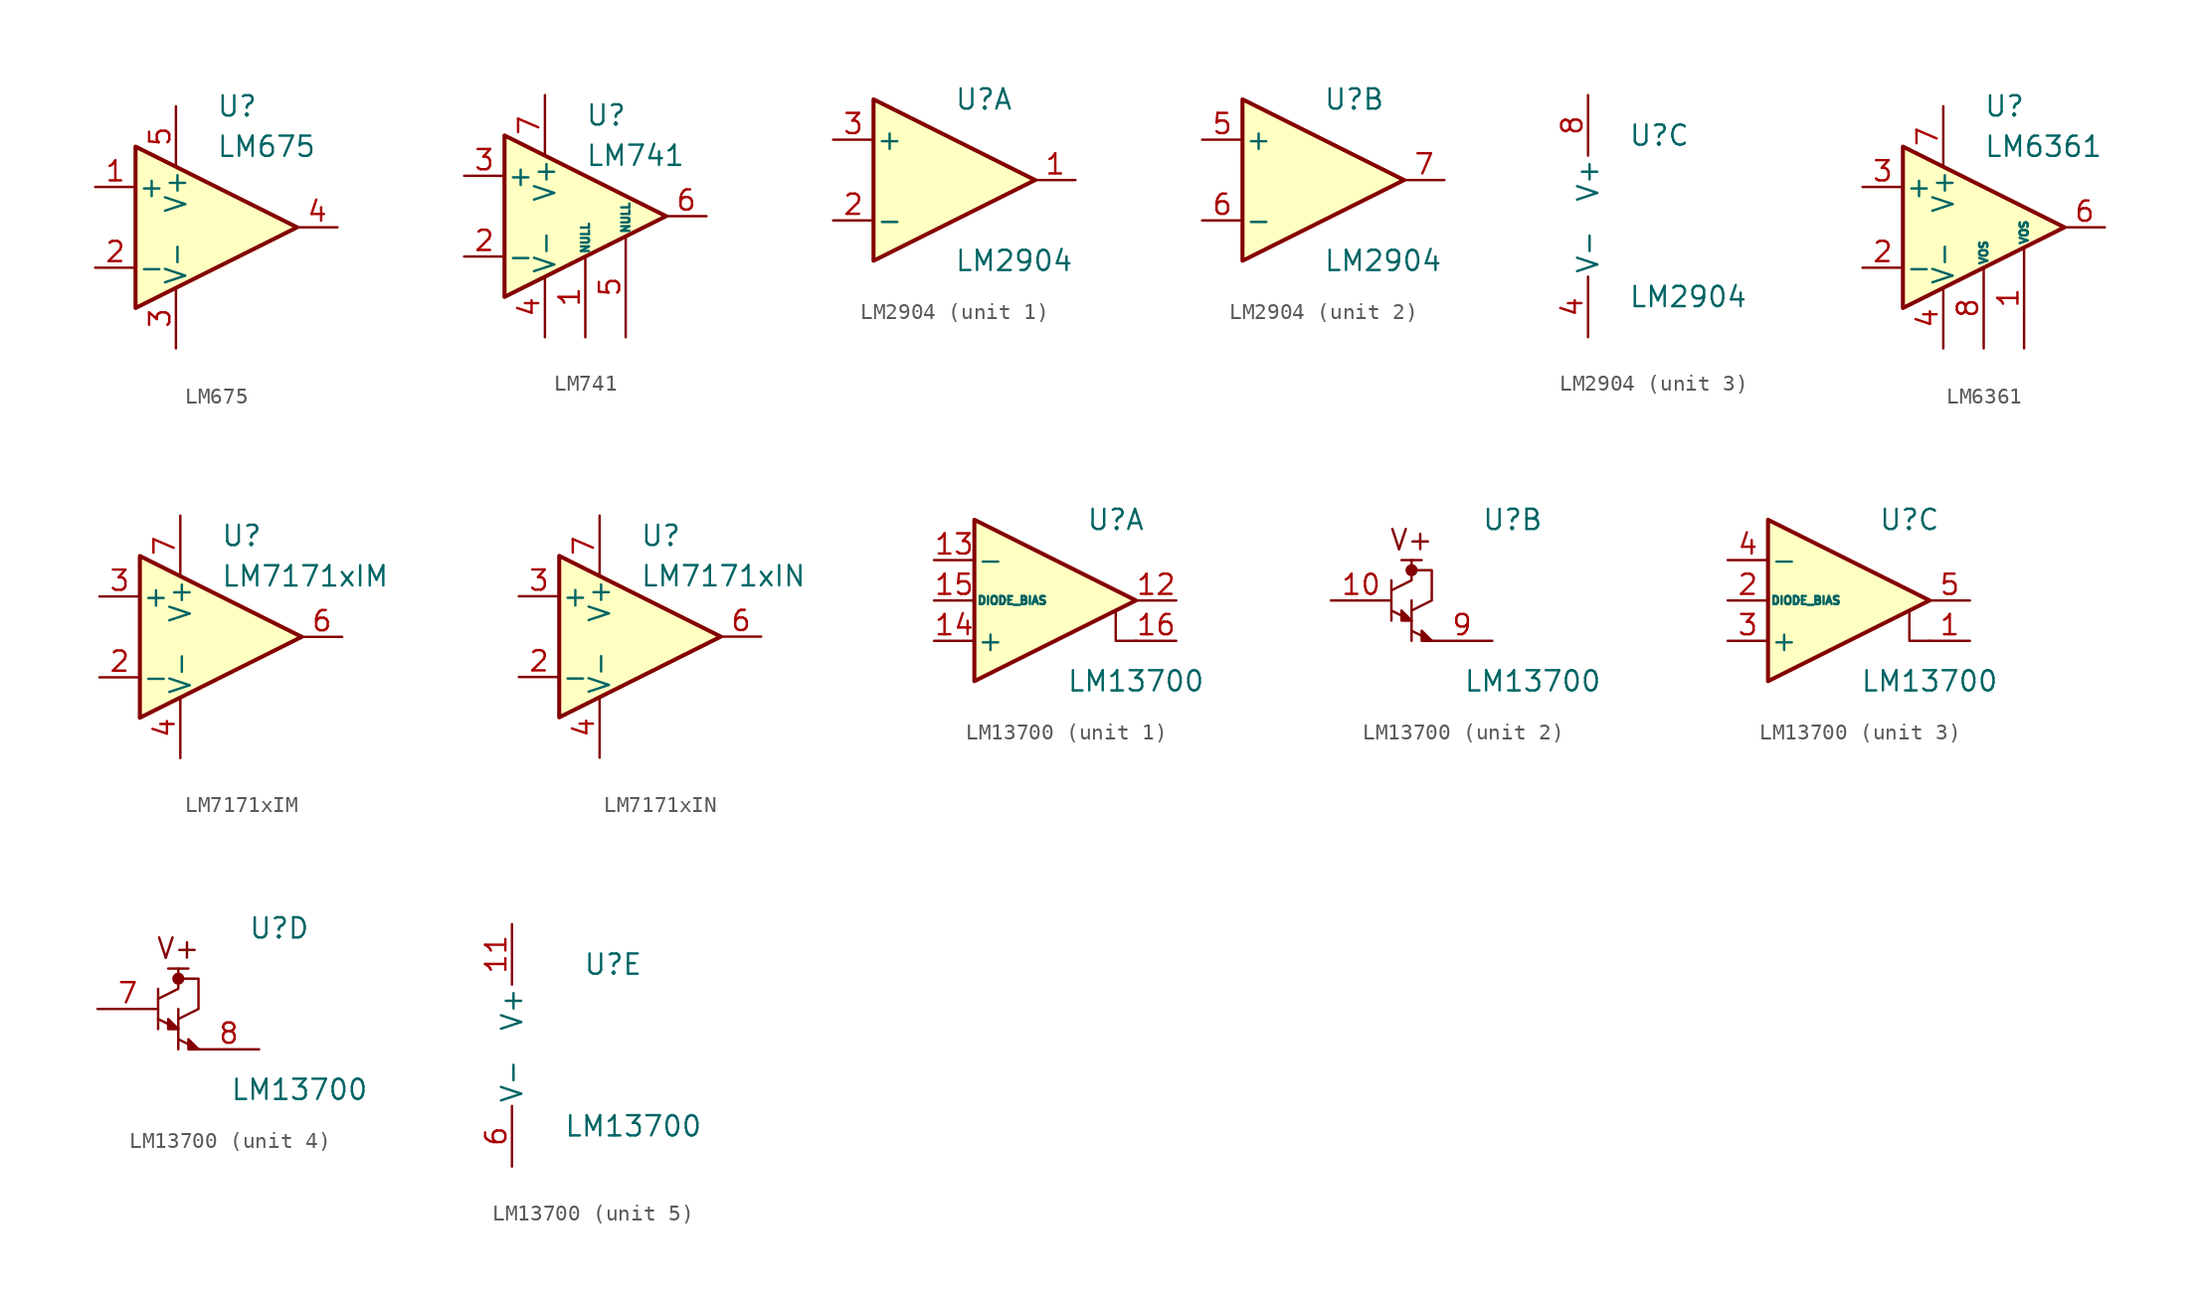
<source format=kicad_sym>
(kicad_symbol_lib
  (version 20231120)
  (generator "kicad_symbol_editor")
  (generator_version "8.0")
  (symbol "LM675"
    (pin_names
      (offset 0.127))
    (property "Reference" "U"
      (at 0 7.62 0)
      (effects (font (size 1.27 1.27)) (justify left)))
    (property "Value" "LM675"
      (at 0 5.08 0)
      (effects (font (size 1.27 1.27)) (justify left)))
    (symbol "LM675_0_1"
      (polyline (pts (xy -5.08 5.08) (xy 5.08 0) (xy -5.08 -5.08) (xy -5.08 5.08)) (stroke (width 0.254) (type default)) (fill (type background))))
    (symbol "LM675_1_1"
      (pin input line (at -7.62 2.54 0) (length 2.54) (name "+" (effects (font (size 1.27 1.27)))) (number "1" (effects (font (size 1.27 1.27)))))
      (pin input line (at -7.62 -2.54 0) (length 2.54) (name "-" (effects (font (size 1.27 1.27)))) (number "2" (effects (font (size 1.27 1.27)))))
      (pin power_in line (at -2.54 -7.62 90) (length 3.81) (name "V-" (effects (font (size 1.27 1.27)))) (number "3" (effects (font (size 1.27 1.27)))))
      (pin output line (at 7.62 0 180) (length 2.54) (name "~" (effects (font (size 1.27 1.27)))) (number "4" (effects (font (size 1.27 1.27)))))
      (pin power_in line (at -2.54 7.62 270) (length 3.81) (name "V+" (effects (font (size 1.27 1.27)))) (number "5" (effects (font (size 1.27 1.27)))))))
  (symbol "LM741"
    (pin_names
      (offset 0.127))
    (property "Reference" "U"
      (at 0 6.35 0)
      (effects (font (size 1.27 1.27)) (justify left)))
    (property "Value" "LM741"
      (at 0 3.81 0)
      (effects (font (size 1.27 1.27)) (justify left)))
    (symbol "LM741_0_1"
      (polyline (pts (xy -5.08 5.08) (xy 5.08 0) (xy -5.08 -5.08) (xy -5.08 5.08)) (stroke (width 0.254) (type default)) (fill (type background))))
    (symbol "LM741_1_1"
      (pin input line (at 0 -7.62 90) (length 5.08) (name "NULL" (effects (font (size 0.508 0.508)))) (number "1" (effects (font (size 1.27 1.27)))))
      (pin input line (at -7.62 -2.54 0) (length 2.54) (name "-" (effects (font (size 1.27 1.27)))) (number "2" (effects (font (size 1.27 1.27)))))
      (pin input line (at -7.62 2.54 0) (length 2.54) (name "+" (effects (font (size 1.27 1.27)))) (number "3" (effects (font (size 1.27 1.27)))))
      (pin power_in line (at -2.54 -7.62 90) (length 3.81) (name "V-" (effects (font (size 1.27 1.27)))) (number "4" (effects (font (size 1.27 1.27)))))
      (pin input line (at 2.54 -7.62 90) (length 6.35) (name "NULL" (effects (font (size 0.508 0.508)))) (number "5" (effects (font (size 1.27 1.27)))))
      (pin output line (at 7.62 0 180) (length 2.54) (name "~" (effects (font (size 1.27 1.27)))) (number "6" (effects (font (size 1.27 1.27)))))
      (pin power_in line (at -2.54 7.62 270) (length 3.81) (name "V+" (effects (font (size 1.27 1.27)))) (number "7" (effects (font (size 1.27 1.27)))))
      (pin no_connect line (at 0 2.54 270) (length 2.54) hide (name "NC" (effects (font (size 1.27 1.27)))) (number "8" (effects (font (size 1.27 1.27)))))))
  (symbol "LM2904"
    (pin_names
      (offset 0.127))
    (property "Reference" "U"
      (at 0 5.08 0)
      (effects (font (size 1.27 1.27)) (justify left)))
    (property "Value" "LM2904"
      (at 0 -5.08 0)
      (effects (font (size 1.27 1.27)) (justify left)))
    (property "ki_locked" ""
      (at 0 0 0)
      (effects (font (size 1.27 1.27))))
    (symbol "LM2904_1_1"
      (polyline (pts (xy -5.08 5.08) (xy 5.08 0) (xy -5.08 -5.08) (xy -5.08 5.08)) (stroke (width 0.254) (type default)) (fill (type background)))
      (pin output line (at 7.62 0 180) (length 2.54) (name "~" (effects (font (size 1.27 1.27)))) (number "1" (effects (font (size 1.27 1.27)))))
      (pin input line (at -7.62 -2.54 0) (length 2.54) (name "-" (effects (font (size 1.27 1.27)))) (number "2" (effects (font (size 1.27 1.27)))))
      (pin input line (at -7.62 2.54 0) (length 2.54) (name "+" (effects (font (size 1.27 1.27)))) (number "3" (effects (font (size 1.27 1.27))))))
    (symbol "LM2904_2_1"
      (polyline (pts (xy -5.08 5.08) (xy 5.08 0) (xy -5.08 -5.08) (xy -5.08 5.08)) (stroke (width 0.254) (type default)) (fill (type background)))
      (pin input line (at -7.62 2.54 0) (length 2.54) (name "+" (effects (font (size 1.27 1.27)))) (number "5" (effects (font (size 1.27 1.27)))))
      (pin input line (at -7.62 -2.54 0) (length 2.54) (name "-" (effects (font (size 1.27 1.27)))) (number "6" (effects (font (size 1.27 1.27)))))
      (pin output line (at 7.62 0 180) (length 2.54) (name "~" (effects (font (size 1.27 1.27)))) (number "7" (effects (font (size 1.27 1.27))))))
    (symbol "LM2904_3_1"
      (pin power_in line (at -2.54 -7.62 90) (length 3.81) (name "V-" (effects (font (size 1.27 1.27)))) (number "4" (effects (font (size 1.27 1.27)))))
      (pin power_in line (at -2.54 7.62 270) (length 3.81) (name "V+" (effects (font (size 1.27 1.27)))) (number "8" (effects (font (size 1.27 1.27)))))))
  (symbol "LM6361"
    (pin_names
      (offset 0.127))
    (property "Reference" "U"
      (at 0 7.62 0)
      (effects (font (size 1.27 1.27)) (justify left)))
    (property "Value" "LM6361"
      (at 0 5.08 0)
      (effects (font (size 1.27 1.27)) (justify left)))
    (symbol "LM6361_0_1"
      (polyline (pts (xy -5.08 5.08) (xy 5.08 0) (xy -5.08 -5.08) (xy -5.08 5.08)) (stroke (width 0.254) (type default)) (fill (type background)))
      (pin no_connect line (at 0 2.54 270) (length 2.54) hide (name "NC" (effects (font (size 1.27 1.27)))) (number "5" (effects (font (size 1.27 1.27))))))
    (symbol "LM6361_1_1"
      (pin passive line (at 2.54 -7.62 90) (length 6.35) (name "VOS" (effects (font (size 0.508 0.508)))) (number "1" (effects (font (size 1.27 1.27)))))
      (pin input line (at -7.62 -2.54 0) (length 2.54) (name "-" (effects (font (size 1.27 1.27)))) (number "2" (effects (font (size 1.27 1.27)))))
      (pin input line (at -7.62 2.54 0) (length 2.54) (name "+" (effects (font (size 1.27 1.27)))) (number "3" (effects (font (size 1.27 1.27)))))
      (pin power_in line (at -2.54 -7.62 90) (length 3.81) (name "V-" (effects (font (size 1.27 1.27)))) (number "4" (effects (font (size 1.27 1.27)))))
      (pin output line (at 7.62 0 180) (length 2.54) (name "~" (effects (font (size 1.27 1.27)))) (number "6" (effects (font (size 1.27 1.27)))))
      (pin power_in line (at -2.54 7.62 270) (length 3.81) (name "V+" (effects (font (size 1.27 1.27)))) (number "7" (effects (font (size 1.27 1.27)))))
      (pin passive line (at 0 -7.62 90) (length 5.08) (name "VOS" (effects (font (size 0.508 0.508)))) (number "8" (effects (font (size 1.27 1.27)))))))
  (symbol "LM7171xIM"
    (pin_names
      (offset 0.127))
    (property "Reference" "U"
      (at 0 6.35 0)
      (effects (font (size 1.27 1.27)) (justify left)))
    (property "Value" "LM7171xIM"
      (at 0 3.81 0)
      (effects (font (size 1.27 1.27)) (justify left)))
    (symbol "LM7171xIM_1_1"
      (polyline (pts (xy -5.08 5.08) (xy 5.08 0) (xy -5.08 -5.08) (xy -5.08 5.08)) (stroke (width 0.254) (type default)) (fill (type background)))
      (pin no_connect line (at 0 2.54 270) (length 5.08) hide (name "NC" (effects (font (size 1.27 1.27)))) (number "1" (effects (font (size 1.27 1.27)))))
      (pin input line (at -7.62 -2.54 0) (length 2.54) (name "-" (effects (font (size 1.27 1.27)))) (number "2" (effects (font (size 1.27 1.27)))))
      (pin input line (at -7.62 2.54 0) (length 2.54) (name "+" (effects (font (size 1.27 1.27)))) (number "3" (effects (font (size 1.27 1.27)))))
      (pin power_in line (at -2.54 -7.62 90) (length 3.81) (name "V-" (effects (font (size 1.27 1.27)))) (number "4" (effects (font (size 1.27 1.27)))))
      (pin no_connect line (at 0 -2.54 90) (length 5.08) hide (name "NC" (effects (font (size 1.27 1.27)))) (number "5" (effects (font (size 1.27 1.27)))))
      (pin output line (at 7.62 0 180) (length 2.54) (name "~" (effects (font (size 1.27 1.27)))) (number "6" (effects (font (size 1.27 1.27)))))
      (pin power_in line (at -2.54 7.62 270) (length 3.81) (name "V+" (effects (font (size 1.27 1.27)))) (number "7" (effects (font (size 1.27 1.27)))))
      (pin no_connect line (at 2.54 -1.27 90) (length 6.35) hide (name "NC" (effects (font (size 1.27 1.27)))) (number "8" (effects (font (size 1.27 1.27)))))))
  (symbol "LM7171xIN"
    (pin_names
      (offset 0.127))
    (property "Reference" "U"
      (at 0 6.35 0)
      (effects (font (size 1.27 1.27)) (justify left)))
    (property "Value" "LM7171xIN"
      (at 0 3.81 0)
      (effects (font (size 1.27 1.27)) (justify left)))
    (symbol "LM7171xIN_1_1"
      (polyline (pts (xy -5.08 5.08) (xy 5.08 0) (xy -5.08 -5.08) (xy -5.08 5.08)) (stroke (width 0.254) (type default)) (fill (type background)))
      (pin no_connect line (at 0 2.54 270) (length 5.08) hide (name "NC" (effects (font (size 1.27 1.27)))) (number "1" (effects (font (size 1.27 1.27)))))
      (pin input line (at -7.62 -2.54 0) (length 2.54) (name "-" (effects (font (size 1.27 1.27)))) (number "2" (effects (font (size 1.27 1.27)))))
      (pin input line (at -7.62 2.54 0) (length 2.54) (name "+" (effects (font (size 1.27 1.27)))) (number "3" (effects (font (size 1.27 1.27)))))
      (pin power_in line (at -2.54 -7.62 90) (length 3.81) (name "V-" (effects (font (size 1.27 1.27)))) (number "4" (effects (font (size 1.27 1.27)))))
      (pin no_connect line (at 0 -2.54 90) (length 5.08) hide (name "NC" (effects (font (size 1.27 1.27)))) (number "5" (effects (font (size 1.27 1.27)))))
      (pin output line (at 7.62 0 180) (length 2.54) (name "~" (effects (font (size 1.27 1.27)))) (number "6" (effects (font (size 1.27 1.27)))))
      (pin power_in line (at -2.54 7.62 270) (length 3.81) (name "V+" (effects (font (size 1.27 1.27)))) (number "7" (effects (font (size 1.27 1.27)))))
      (pin no_connect line (at 2.54 -1.27 90) (length 6.35) hide (name "NC" (effects (font (size 1.27 1.27)))) (number "8" (effects (font (size 1.27 1.27)))))))
  (symbol "LM13700"
    (pin_names
      (offset 0.127))
    (property "Reference" "U"
      (at 3.81 5.08 0)
      (effects (font (size 1.27 1.27))))
    (property "Value" "LM13700"
      (at 5.08 -5.08 0)
      (effects (font (size 1.27 1.27))))
    (property "ki_locked" ""
      (at 0 0 0)
      (effects (font (size 1.27 1.27))))
    (symbol "LM13700_1_1"
      (polyline (pts (xy 3.81 -0.635) (xy 3.81 -2.54) (xy 5.08 -2.54)) (stroke (width 0) (type default)) (fill (type none)))
      (polyline (pts (xy 5.08 0) (xy -5.08 -5.08) (xy -5.08 5.08) (xy 5.08 0)) (stroke (width 0.254) (type default)) (fill (type background)))
      (pin output line (at 7.62 0 180) (length 2.54) (name "~" (effects (font (size 1.27 1.27)))) (number "12" (effects (font (size 1.27 1.27)))))
      (pin input line (at -7.62 2.54 0) (length 2.54) (name "-" (effects (font (size 1.27 1.27)))) (number "13" (effects (font (size 1.27 1.27)))))
      (pin input line (at -7.62 -2.54 0) (length 2.54) (name "+" (effects (font (size 1.27 1.27)))) (number "14" (effects (font (size 1.27 1.27)))))
      (pin input line (at -7.62 0 0) (length 2.54) (name "DIODE_BIAS" (effects (font (size 0.508 0.508)))) (number "15" (effects (font (size 1.27 1.27)))))
      (pin input line (at 7.62 -2.54 180) (length 2.54) (name "~" (effects (font (size 1.27 1.27)))) (number "16" (effects (font (size 1.27 1.27))))))
    (symbol "LM13700_2_0"
      (polyline (pts (xy -1.905 2.54) (xy -3.175 2.54)) (stroke (width 0) (type default)) (fill (type none))))
    (symbol "LM13700_2_1"
      (circle (center -2.54 1.905) (radius 0.254) (stroke (width 0.254) (type default)) (fill (type outline)))
      (polyline (pts (xy -3.81 -0.635) (xy -2.54 -1.27)) (stroke (width 0) (type default)) (fill (type none)))
      (polyline (pts (xy -3.81 1.27) (xy -3.81 -1.27)) (stroke (width 0) (type default)) (fill (type none)))
      (polyline (pts (xy -2.54 -1.905) (xy -1.27 -2.54)) (stroke (width 0) (type default)) (fill (type none)))
      (polyline (pts (xy -2.54 0) (xy -2.54 -2.54)) (stroke (width 0) (type default)) (fill (type none)))
      (polyline (pts (xy -3.81 0.635) (xy -2.54 1.27) (xy -2.54 1.905) (xy -2.54 2.54)) (stroke (width 0) (type default)) (fill (type none)))
      (polyline (pts (xy -2.54 -1.27) (xy -3.175 -0.635) (xy -3.175 -1.27) (xy -2.54 -1.27)) (stroke (width 0) (type default)) (fill (type outline)))
      (polyline (pts (xy -2.54 -0.635) (xy -1.27 0) (xy -1.27 1.905) (xy -2.54 1.905)) (stroke (width 0) (type default)) (fill (type none)))
      (polyline (pts (xy -1.27 -2.54) (xy -1.905 -1.905) (xy -1.905 -2.54) (xy -1.27 -2.54)) (stroke (width 0) (type default)) (fill (type outline)))
      (text "V+" (at -2.54 3.81 0) (effects (font (size 1.27 1.27))))
      (pin input line (at -7.62 0 0) (length 3.81) (name "~" (effects (font (size 1.27 1.27)))) (number "10" (effects (font (size 1.27 1.27)))))
      (pin output line (at 2.54 -2.54 180) (length 3.81) (name "~" (effects (font (size 1.27 1.27)))) (number "9" (effects (font (size 1.27 1.27))))))
    (symbol "LM13700_3_1"
      (polyline (pts (xy 3.81 -0.635) (xy 3.81 -2.54) (xy 5.08 -2.54)) (stroke (width 0) (type default)) (fill (type none)))
      (polyline (pts (xy 5.08 0) (xy -5.08 -5.08) (xy -5.08 5.08) (xy 5.08 0)) (stroke (width 0.254) (type default)) (fill (type background)))
      (pin input line (at 7.62 -2.54 180) (length 2.54) (name "~" (effects (font (size 1.27 1.27)))) (number "1" (effects (font (size 1.27 1.27)))))
      (pin input line (at -7.62 0 0) (length 2.54) (name "DIODE_BIAS" (effects (font (size 0.508 0.508)))) (number "2" (effects (font (size 1.27 1.27)))))
      (pin input line (at -7.62 -2.54 0) (length 2.54) (name "+" (effects (font (size 1.27 1.27)))) (number "3" (effects (font (size 1.27 1.27)))))
      (pin input line (at -7.62 2.54 0) (length 2.54) (name "-" (effects (font (size 1.27 1.27)))) (number "4" (effects (font (size 1.27 1.27)))))
      (pin output line (at 7.62 0 180) (length 2.54) (name "~" (effects (font (size 1.27 1.27)))) (number "5" (effects (font (size 1.27 1.27))))))
    (symbol "LM13700_4_0"
      (polyline (pts (xy -3.175 2.54) (xy -1.905 2.54)) (stroke (width 0) (type default)) (fill (type none)))
      (text "V+" (at -2.54 3.81 0) (effects (font (size 1.27 1.27)))))
    (symbol "LM13700_4_1"
      (circle (center -2.54 1.905) (radius 0.254) (stroke (width 0.254) (type default)) (fill (type outline)))
      (polyline (pts (xy -3.81 -0.635) (xy -2.54 -1.27)) (stroke (width 0) (type default)) (fill (type none)))
      (polyline (pts (xy -3.81 1.27) (xy -3.81 -1.27)) (stroke (width 0) (type default)) (fill (type none)))
      (polyline (pts (xy -2.54 -1.905) (xy -1.27 -2.54)) (stroke (width 0) (type default)) (fill (type none)))
      (polyline (pts (xy -2.54 0) (xy -2.54 -2.54)) (stroke (width 0) (type default)) (fill (type none)))
      (polyline (pts (xy -3.81 0.635) (xy -2.54 1.27) (xy -2.54 2.54)) (stroke (width 0) (type default)) (fill (type none)))
      (polyline (pts (xy -2.54 -1.27) (xy -3.175 -0.635) (xy -3.175 -1.27) (xy -2.54 -1.27)) (stroke (width 0) (type default)) (fill (type outline)))
      (polyline (pts (xy -2.54 -0.635) (xy -1.27 0) (xy -1.27 1.905) (xy -2.54 1.905)) (stroke (width 0) (type default)) (fill (type none)))
      (polyline (pts (xy -1.27 -2.54) (xy -1.905 -1.905) (xy -1.905 -2.54) (xy -1.27 -2.54)) (stroke (width 0) (type default)) (fill (type outline)))
      (pin input line (at -7.62 0 0) (length 3.81) (name "~" (effects (font (size 1.27 1.27)))) (number "7" (effects (font (size 1.27 1.27)))))
      (pin output line (at 2.54 -2.54 180) (length 3.81) (name "~" (effects (font (size 1.27 1.27)))) (number "8" (effects (font (size 1.27 1.27))))))
    (symbol "LM13700_5_1"
      (pin power_in line (at -2.54 7.62 270) (length 3.81) (name "V+" (effects (font (size 1.27 1.27)))) (number "11" (effects (font (size 1.27 1.27)))))
      (pin power_in line (at -2.54 -7.62 90) (length 3.81) (name "V-" (effects (font (size 1.27 1.27)))) (number "6" (effects (font (size 1.27 1.27))))))))
</source>
